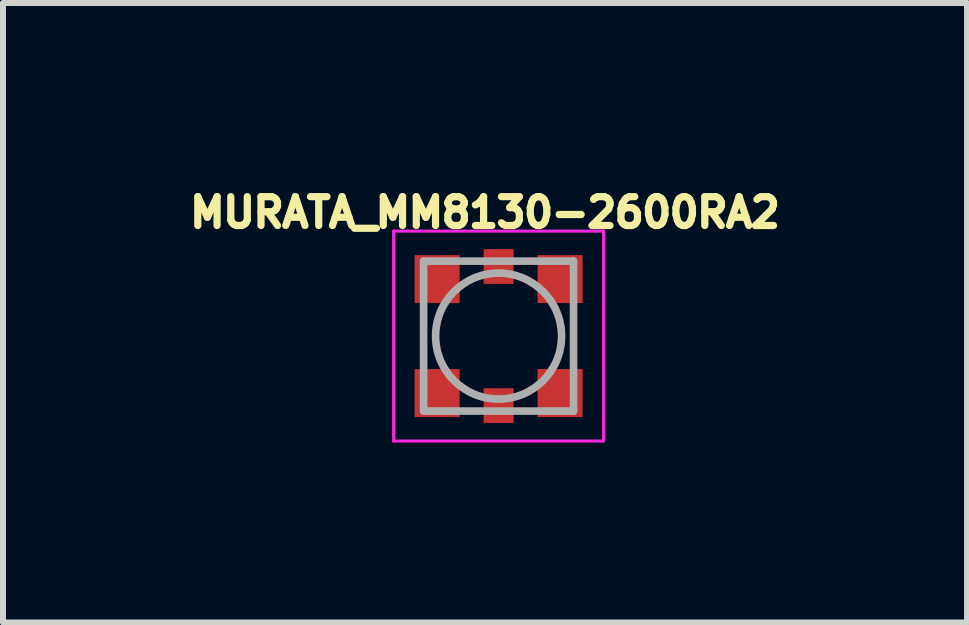
<source format=kicad_pcb>
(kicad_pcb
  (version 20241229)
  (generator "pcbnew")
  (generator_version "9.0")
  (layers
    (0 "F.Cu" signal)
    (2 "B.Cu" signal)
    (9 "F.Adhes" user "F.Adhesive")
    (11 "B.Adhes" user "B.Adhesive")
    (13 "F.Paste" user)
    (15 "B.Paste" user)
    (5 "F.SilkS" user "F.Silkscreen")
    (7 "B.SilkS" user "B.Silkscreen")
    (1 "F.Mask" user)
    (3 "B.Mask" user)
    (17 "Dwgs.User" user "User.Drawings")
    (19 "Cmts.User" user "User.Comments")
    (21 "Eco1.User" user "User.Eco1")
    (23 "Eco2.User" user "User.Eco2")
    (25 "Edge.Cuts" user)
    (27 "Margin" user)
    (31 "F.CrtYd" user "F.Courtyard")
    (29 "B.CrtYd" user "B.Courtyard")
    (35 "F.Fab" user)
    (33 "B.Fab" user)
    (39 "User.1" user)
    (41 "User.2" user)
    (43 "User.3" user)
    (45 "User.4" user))
  (footprint "MURATA_MM8130-2600RA2"
    (layer "F.Cu")
    (at 5.262 2.553)
    (property "Reference" "MURATA_MM8130-2600RA2" (at -0.227 -2.06 0) (layer "F.SilkS") (effects (font (size 0.481 0.481) (thickness 0.15))))
    (attr smd)
    (fp_poly (pts (xy -1.403 -1.35) (xy -0.65 -1.35) (xy -0.65 -0.551) (xy -1.403 -0.551)) (stroke (width 0.01) (type solid)) (fill yes) (layer "F.Mask"))
    (fp_poly (pts (xy -1.403 0.55) (xy -0.65 0.55) (xy -0.65 1.352) (xy -1.403 1.352)) (stroke (width 0.01) (type solid)) (fill yes) (layer "F.Mask"))
    (fp_poly (pts (xy -0.251 -1.45) (xy 0.25 -1.45) (xy 0.25 -0.872) (xy -0.251 -0.872)) (stroke (width 0.01) (type solid)) (fill yes) (layer "F.Mask"))
    (fp_poly (pts (xy -0.25 0.87) (xy 0.25 0.87) (xy 0.25 1.452) (xy -0.25 1.452)) (stroke (width 0.01) (type solid)) (fill yes) (layer "F.Mask"))
    (fp_poly (pts (xy 0.651 0.55) (xy 1.4 0.55) (xy 1.4 1.352) (xy 0.651 1.352)) (stroke (width 0.01) (type solid)) (fill yes) (layer "F.Mask"))
    (fp_poly (pts (xy 0.651 -1.35) (xy 1.4 -1.35) (xy 1.4 -0.551) (xy 0.651 -0.551)) (stroke (width 0.01) (type solid)) (fill yes) (layer "F.Mask"))
    (fp_poly (pts (xy -1.242 0.55) (xy -0.65 0.55) (xy -0.65 1.352) (xy -1.242 1.352)) (stroke (width 0.01) (type solid)) (fill yes) (layer "F.Paste"))
    (fp_poly (pts (xy -1.241 -1.35) (xy -0.65 -1.35) (xy -0.65 -0.55) (xy -1.241 -0.55)) (stroke (width 0.01) (type solid)) (fill yes) (layer "F.Paste"))
    (fp_poly (pts (xy -0.14 -1.35) (xy 0.14 -1.35) (xy 0.14 -1.073) (xy -0.14 -1.073)) (stroke (width 0.01) (type solid)) (fill yes) (layer "F.Paste"))
    (fp_poly (pts (xy -0.14 1.07) (xy 0.14 1.07) (xy 0.14 1.353) (xy -0.14 1.353)) (stroke (width 0.01) (type solid)) (fill yes) (layer "F.Paste"))
    (fp_poly (pts (xy 0.651 -1.35) (xy 1.24 -1.35) (xy 1.24 -0.551) (xy 0.651 -0.551)) (stroke (width 0.01) (type solid)) (fill yes) (layer "F.Paste"))
    (fp_poly (pts (xy 0.652 0.55) (xy 1.24 0.55) (xy 1.24 1.354) (xy 0.652 1.354)) (stroke (width 0.01) (type solid)) (fill yes) (layer "F.Paste"))
    (fp_line (start -1.75 -1.75) (end 1.75 -1.75) (stroke (width 0.05) (type solid)) (layer "F.CrtYd"))
    (fp_line (start -1.75 1.75) (end -1.75 -1.75) (stroke (width 0.05) (type solid)) (layer "F.CrtYd"))
    (fp_line (start 1.75 -1.75) (end 1.75 1.75) (stroke (width 0.05) (type solid)) (layer "F.CrtYd"))
    (fp_line (start 1.75 1.75) (end -1.75 1.75) (stroke (width 0.05) (type solid)) (layer "F.CrtYd"))
    (fp_line (start -1.25 -1.25) (end 1.25 -1.25) (stroke (width 0.127) (type solid)) (layer "F.Fab"))
    (fp_line (start -1.25 1.25) (end -1.25 -1.25) (stroke (width 0.127) (type solid)) (layer "F.Fab"))
    (fp_line (start 1.25 -1.25) (end 1.25 1.25) (stroke (width 0.127) (type solid)) (layer "F.Fab"))
    (fp_line (start 1.25 1.25) (end -1.25 1.25) (stroke (width 0.127) (type solid)) (layer "F.Fab"))
    (fp_circle (center 0 0) (end 1.05 0) (stroke (width 0.127) (type solid)) (fill no) (layer "F.Fab"))
    (pad "GND1" smd rect (at -1.025 -0.95) (size 0.75 0.8) (layers "F.Cu"))
    (pad "GND2" smd rect (at 1.025 -0.95) (size 0.75 0.8) (layers "F.Cu"))
    (pad "GND3" smd rect (at -1.025 0.95) (size 0.75 0.8) (layers "F.Cu"))
    (pad "GND4" smd rect (at 1.025 0.95) (size 0.75 0.8) (layers "F.Cu"))
    (pad "IN" smd rect (at 0 -1.16) (size 0.5 0.58) (layers "F.Cu"))
    (pad "OUT" smd rect (at 0 1.16) (size 0.5 0.58) (layers "F.Cu")))
  (gr_rect
    (start -3 -3)
    (end 13.072 7.327)
    (stroke (width 0.1) (type default))
    (fill no)
    (layer "Edge.Cuts")))
</source>
